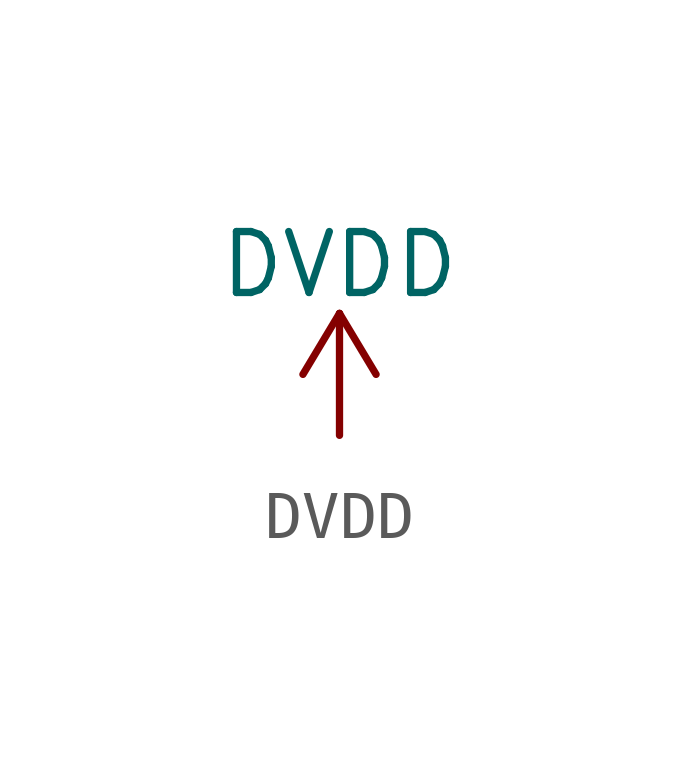
<source format=kicad_sym>
(kicad_symbol_lib
  (version 20211014)
  (generator kicad_symbol_editor)
  (symbol "DVDD"
    (power)
    (pin_names
      (offset 0))
    (property "Reference" "#PWR"
      (at 0 -3.81 0)
      (effects (font (size 1.27 1.27)) hide))
    (property "Value" "DVDD"
      (at 0 3.556 0)
      (effects (font (size 1.27 1.27))))
    (symbol "DVDD_0_1"
      (polyline (pts (xy -0.762 1.27) (xy 0 2.54)) (stroke (width 0) (type default) (color 0 0 0 0)) (fill (type none)))
      (polyline (pts (xy 0 0) (xy 0 2.54)) (stroke (width 0) (type default) (color 0 0 0 0)) (fill (type none)))
      (polyline (pts (xy 0 2.54) (xy 0.762 1.27)) (stroke (width 0) (type default) (color 0 0 0 0)) (fill (type none))))
    (symbol "DVDD_1_1"
      (pin power_in line (at 0 0 90) (length 0) hide (name "DVDD" (effects (font (size 1.27 1.27)))) (number "1" (effects (font (size 1.27 1.27))))))))
</source>
